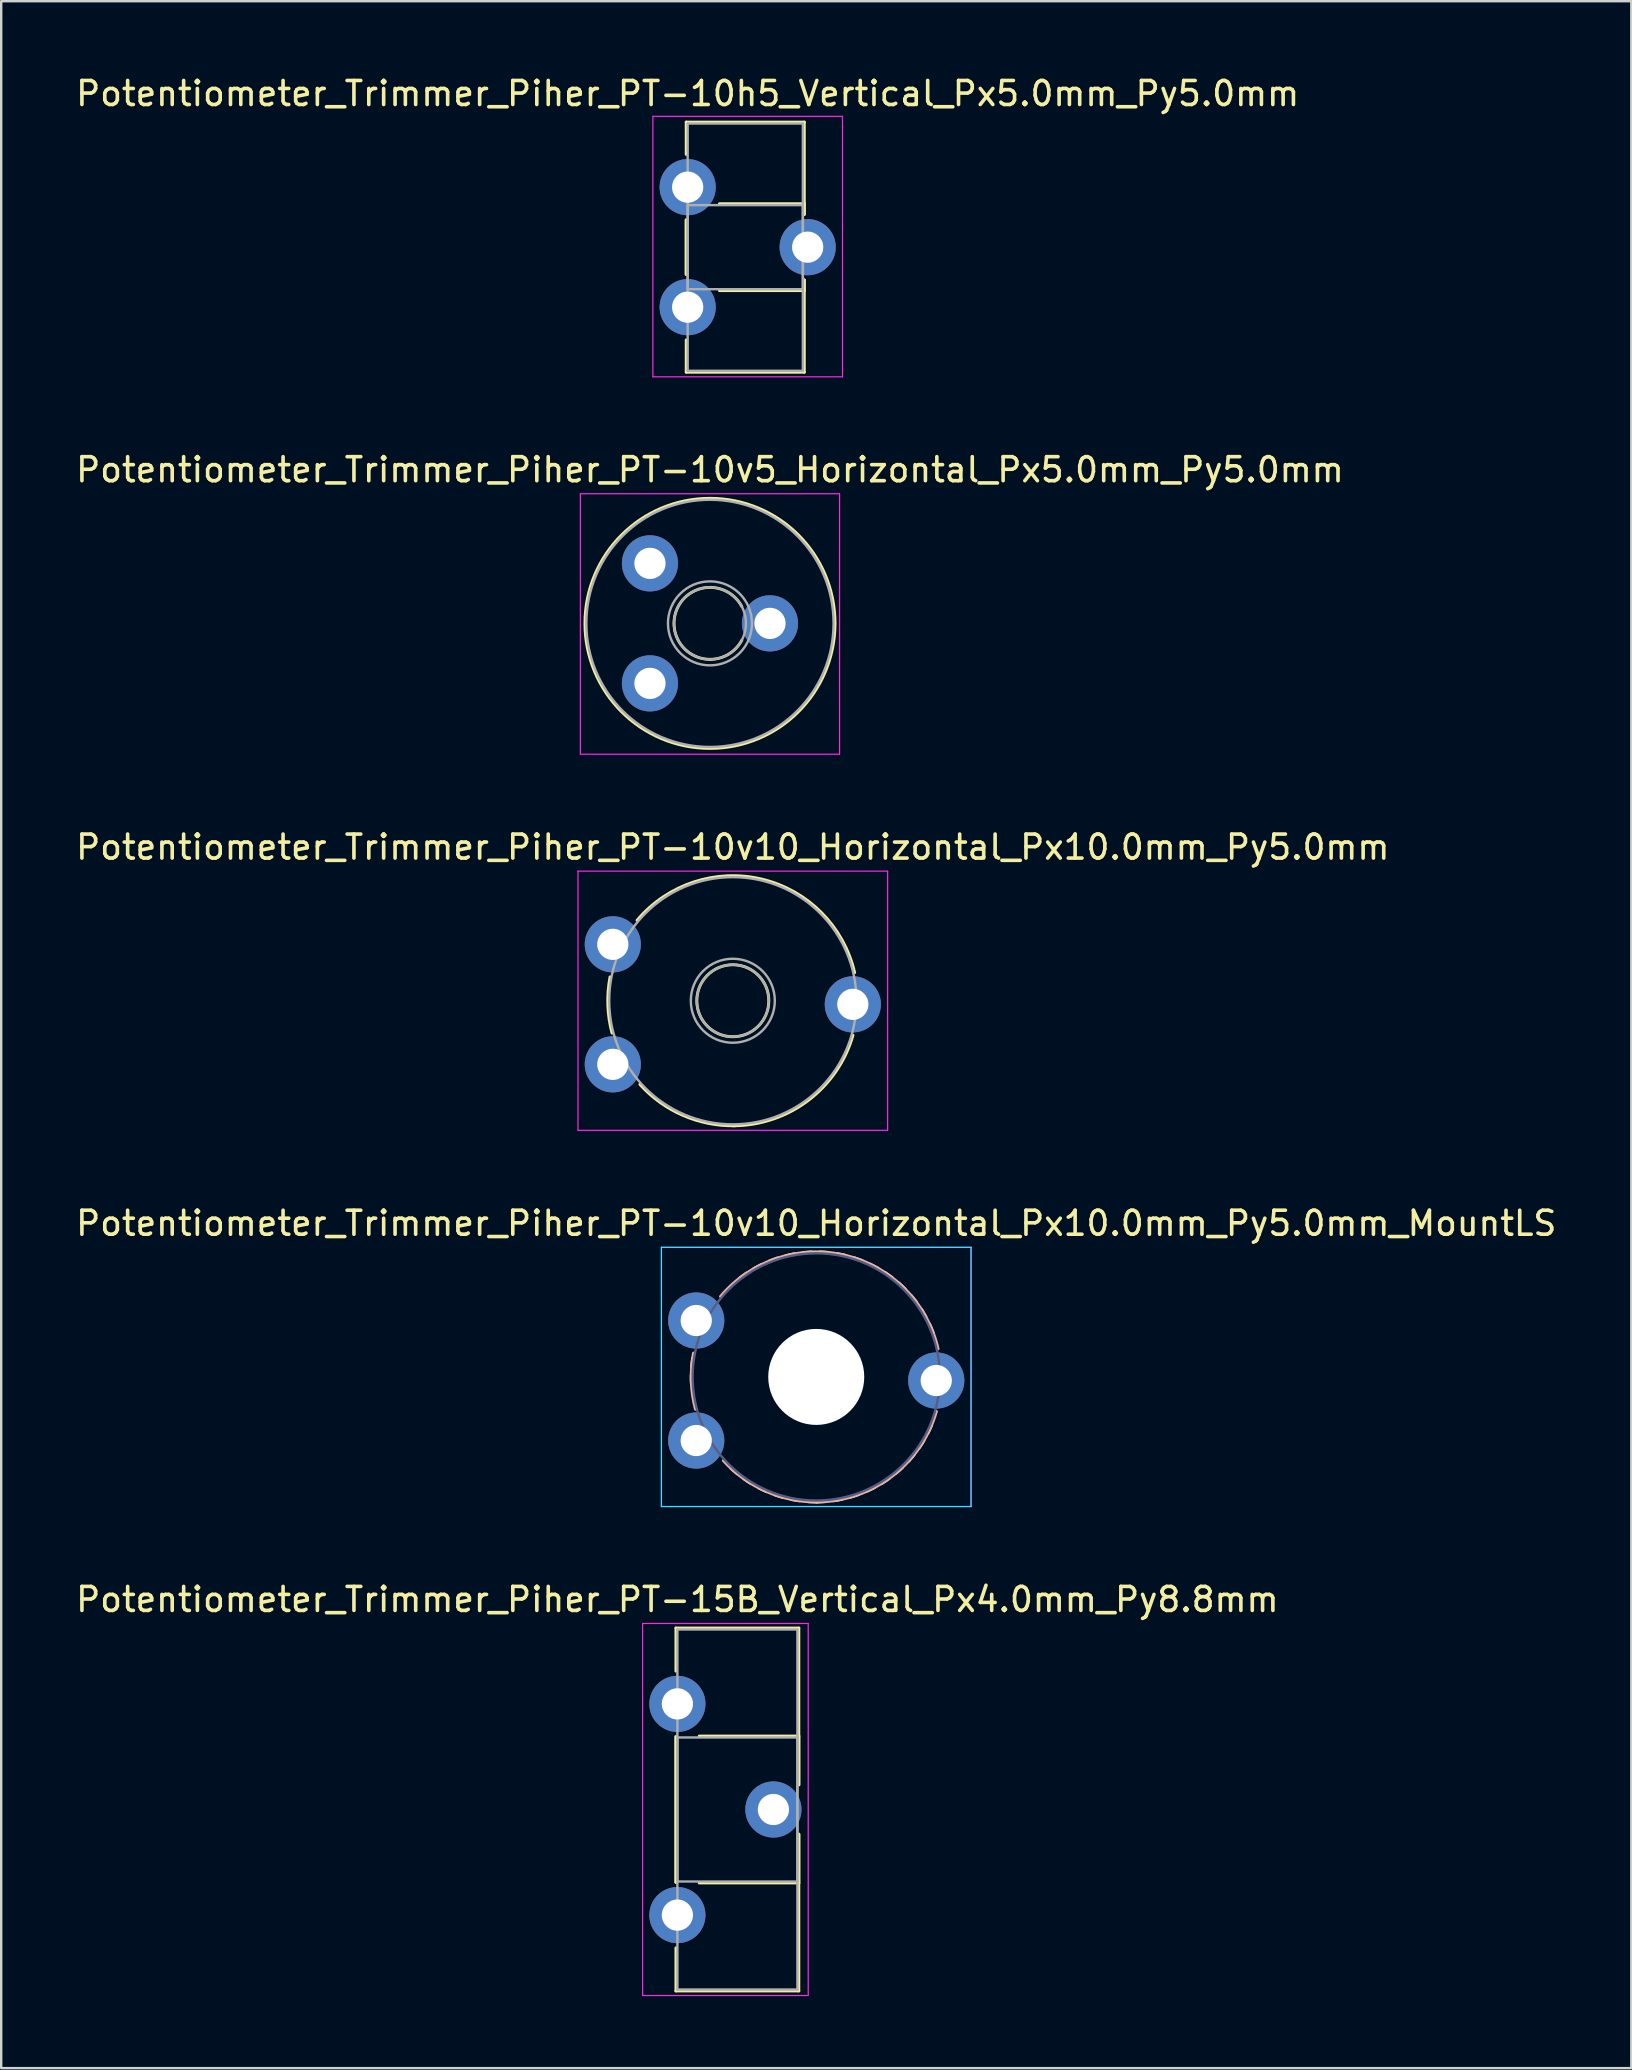
<source format=kicad_pcb>
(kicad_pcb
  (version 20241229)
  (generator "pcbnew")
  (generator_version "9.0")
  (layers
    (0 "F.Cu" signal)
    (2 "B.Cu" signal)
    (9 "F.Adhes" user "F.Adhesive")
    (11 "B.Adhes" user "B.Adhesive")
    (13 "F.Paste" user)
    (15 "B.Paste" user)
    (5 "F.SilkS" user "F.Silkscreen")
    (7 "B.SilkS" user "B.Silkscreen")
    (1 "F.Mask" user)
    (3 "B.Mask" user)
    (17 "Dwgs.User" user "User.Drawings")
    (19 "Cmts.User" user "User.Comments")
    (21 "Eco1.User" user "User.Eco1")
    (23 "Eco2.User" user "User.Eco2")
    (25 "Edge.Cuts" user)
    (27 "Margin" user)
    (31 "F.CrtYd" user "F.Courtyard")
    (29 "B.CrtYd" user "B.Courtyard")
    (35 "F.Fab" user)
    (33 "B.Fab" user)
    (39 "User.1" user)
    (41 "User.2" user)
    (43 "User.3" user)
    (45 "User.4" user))
  (footprint "Potentiometer_Trimmer_Piher_PT-10v10_Horizontal_Px10.0mm_Py5.0mm"
    (layer "F.Cu")
    (at 22.482 41.295)
    (property "Reference" "Potentiometer_Trimmer_Piher_PT-10v10_Horizontal_Px10.0mm_Py5.0mm" (at 5 -9.05 0) (layer "F.SilkS") (effects (font (size 1 1) (thickness 0.15))))
    (attr through_hole)
    (fp_arc (start -0.033072 -1.301133) (mid -0.207504 -2.467899) (end -0.115 -3.644) (stroke (width 0.12) (type solid)) (layer "F.SilkS"))
    (fp_arc (start 1.009383 -5.999947) (mid 6.217378 -7.716079) (end 10.077 -3.821) (stroke (width 0.12) (type solid)) (layer "F.SilkS"))
    (fp_arc (start 5.090657 2.559257) (mid 2.922251 2.127817) (end 1.128 0.836) (stroke (width 0.12) (type solid)) (layer "F.SilkS"))
    (fp_arc (start 10.008173 -1.213929) (mid 8.135456 1.510891) (end 5 2.56) (stroke (width 0.12) (type solid)) (layer "F.SilkS"))
    (fp_circle (center 5 -2.65) (end 6.5 -2.65) (stroke (width 0.12) (type solid)) (fill no) (layer "F.SilkS"))
    (fp_line (start -1.45 -8.05) (end -1.45 2.75) (stroke (width 0.05) (type solid)) (layer "F.CrtYd"))
    (fp_line (start -1.45 2.75) (end 11.45 2.75) (stroke (width 0.05) (type solid)) (layer "F.CrtYd"))
    (fp_line (start 11.45 -8.05) (end -1.45 -8.05) (stroke (width 0.05) (type solid)) (layer "F.CrtYd"))
    (fp_line (start 11.45 2.75) (end 11.45 -8.05) (stroke (width 0.05) (type solid)) (layer "F.CrtYd"))
    (fp_circle (center 5 -2.65) (end 6.5 -2.65) (stroke (width 0.1) (type solid)) (fill no) (layer "F.Fab"))
    (fp_circle (center 5 -2.65) (end 6.75 -2.65) (stroke (width 0.1) (type solid)) (fill no) (layer "F.Fab"))
    (fp_circle (center 5 -2.65) (end 10.15 -2.65) (stroke (width 0.1) (type solid)) (fill no) (layer "F.Fab"))
    (pad "1" thru_hole circle (at 0 0) (size 2.34 2.34) (drill 1.3) (layers "*.Cu" "*.Mask"))
    (pad "2" thru_hole circle (at 10 -2.5) (size 2.34 2.34) (drill 1.3) (layers "*.Cu" "*.Mask"))
    (pad "3" thru_hole circle (at 0 -5) (size 2.34 2.34) (drill 1.3) (layers "*.Cu" "*.Mask")))
  (footprint "Potentiometer_Trimmer_Piher_PT-15B_Vertical_Px4.0mm_Py8.8mm"
    (layer "F.Cu")
    (at 25.173 67.941)
    (property "Reference" "Potentiometer_Trimmer_Piher_PT-15B_Vertical_Px4.0mm_Py8.8mm" (at 0 -4.35 0) (layer "F.SilkS") (effects (font (size 1 1) (thickness 0.15))))
    (attr through_hole)
    (fp_line (start -0.061 -3.16) (end -0.061 -1.365) (stroke (width 0.12) (type solid)) (layer "F.SilkS"))
    (fp_line (start -0.061 -3.16) (end 5.06 -3.16) (stroke (width 0.12) (type solid)) (layer "F.SilkS"))
    (fp_line (start -0.061 1.365) (end -0.061 7.435) (stroke (width 0.12) (type solid)) (layer "F.SilkS"))
    (fp_line (start -0.061 1.365) (end -0.061 7.435) (stroke (width 0.12) (type solid)) (layer "F.SilkS"))
    (fp_line (start -0.061 10.165) (end -0.061 11.96) (stroke (width 0.12) (type solid)) (layer "F.SilkS"))
    (fp_line (start -0.061 11.96) (end 5.06 11.96) (stroke (width 0.12) (type solid)) (layer "F.SilkS"))
    (fp_line (start 0.908 1.341) (end 5.06 1.341) (stroke (width 0.12) (type solid)) (layer "F.SilkS"))
    (fp_line (start 0.908 7.461) (end 5.06 7.461) (stroke (width 0.12) (type solid)) (layer "F.SilkS"))
    (fp_line (start 5.06 -3.16) (end 5.06 3.373) (stroke (width 0.12) (type solid)) (layer "F.SilkS"))
    (fp_line (start 5.06 1.341) (end 5.06 3.373) (stroke (width 0.12) (type solid)) (layer "F.SilkS"))
    (fp_line (start 5.06 5.428) (end 5.06 7.461) (stroke (width 0.12) (type solid)) (layer "F.SilkS"))
    (fp_line (start 5.06 5.428) (end 5.06 11.96) (stroke (width 0.12) (type solid)) (layer "F.SilkS"))
    (fp_line (start -1.45 -3.35) (end -1.45 12.15) (stroke (width 0.05) (type solid)) (layer "F.CrtYd"))
    (fp_line (start -1.45 12.15) (end 5.45 12.15) (stroke (width 0.05) (type solid)) (layer "F.CrtYd"))
    (fp_line (start 5.45 -3.35) (end -1.45 -3.35) (stroke (width 0.05) (type solid)) (layer "F.CrtYd"))
    (fp_line (start 5.45 12.15) (end 5.45 -3.35) (stroke (width 0.05) (type solid)) (layer "F.CrtYd"))
    (fp_line (start 0 -3.1) (end 5 -3.1) (stroke (width 0.1) (type solid)) (layer "F.Fab"))
    (fp_line (start 0 1.4) (end 0 7.4) (stroke (width 0.1) (type solid)) (layer "F.Fab"))
    (fp_line (start 0 7.4) (end 5 7.4) (stroke (width 0.1) (type solid)) (layer "F.Fab"))
    (fp_line (start 0 11.9) (end 0 -3.1) (stroke (width 0.1) (type solid)) (layer "F.Fab"))
    (fp_line (start 5 -3.1) (end 5 11.9) (stroke (width 0.1) (type solid)) (layer "F.Fab"))
    (fp_line (start 5 1.4) (end 0 1.4) (stroke (width 0.1) (type solid)) (layer "F.Fab"))
    (fp_line (start 5 7.4) (end 5 1.4) (stroke (width 0.1) (type solid)) (layer "F.Fab"))
    (fp_line (start 5 11.9) (end 0 11.9) (stroke (width 0.1) (type solid)) (layer "F.Fab"))
    (pad "1" thru_hole circle (at 0 0) (size 2.34 2.34) (drill 1.3) (layers "*.Cu" "*.Mask"))
    (pad "2" thru_hole circle (at 4 4.4) (size 2.34 2.34) (drill 1.3) (layers "*.Cu" "*.Mask"))
    (pad "3" thru_hole circle (at 0 8.8) (size 2.34 2.34) (drill 1.3) (layers "*.Cu" "*.Mask")))
  (footprint "Potentiometer_Trimmer_Piher_PT-10v5_Horizontal_Px5.0mm_Py5.0mm"
    (layer "F.Cu")
    (at 24.03 25.422)
    (property "Reference" "Potentiometer_Trimmer_Piher_PT-10v5_Horizontal_Px5.0mm_Py5.0mm" (at 2.5 -8.9 0) (layer "F.SilkS") (effects (font (size 1 1) (thickness 0.15))))
    (attr through_hole)
    (fp_arc (start 2.527185 -1.000698) (mid 1.208953 -3.261057) (end 3.825 -3.204) (stroke (width 0.12) (type solid)) (layer "F.SilkS"))
    (fp_arc (start 3.825421 -1.795793) (mid 3.273557 -1.21425) (end 2.501 -1) (stroke (width 0.12) (type solid)) (layer "F.SilkS"))
    (fp_circle (center 2.501 -2.5) (end 7.711 -2.5) (stroke (width 0.12) (type solid)) (fill no) (layer "F.SilkS"))
    (fp_line (start -2.9 -7.9) (end -2.9 2.95) (stroke (width 0.05) (type solid)) (layer "F.CrtYd"))
    (fp_line (start -2.9 2.95) (end 7.9 2.95) (stroke (width 0.05) (type solid)) (layer "F.CrtYd"))
    (fp_line (start 7.9 -7.9) (end -2.9 -7.9) (stroke (width 0.05) (type solid)) (layer "F.CrtYd"))
    (fp_line (start 7.9 2.95) (end 7.9 -7.9) (stroke (width 0.05) (type solid)) (layer "F.CrtYd"))
    (fp_circle (center 2.5 -2.5) (end 4 -2.5) (stroke (width 0.1) (type solid)) (fill no) (layer "F.Fab"))
    (fp_circle (center 2.5 -2.5) (end 4.25 -2.5) (stroke (width 0.1) (type solid)) (fill no) (layer "F.Fab"))
    (fp_circle (center 2.5 -2.5) (end 7.65 -2.5) (stroke (width 0.1) (type solid)) (fill no) (layer "F.Fab"))
    (pad "1" thru_hole circle (at 0 0) (size 2.34 2.34) (drill 1.3) (layers "*.Cu" "*.Mask"))
    (pad "2" thru_hole circle (at 5 -2.5) (size 2.34 2.34) (drill 1.3) (layers "*.Cu" "*.Mask"))
    (pad "3" thru_hole circle (at 0 -5) (size 2.34 2.34) (drill 1.3) (layers "*.Cu" "*.Mask")))
  (footprint "Potentiometer_Trimmer_Piher_PT-10v10_Horizontal_Px10.0mm_Py5.0mm_MountLS"
    (layer "F.Cu")
    (at 25.958 56.968)
    (property "Reference" "Potentiometer_Trimmer_Piher_PT-10v10_Horizontal_Px10.0mm_Py5.0mm_MountLS" (at 5 -9.05 0) (layer "F.SilkS") (effects (font (size 1 1) (thickness 0.15))))
    (attr through_hole)
    (fp_arc (start -0.202261 -2.357396) (mid -0.209304 -2.53913) (end -0.21 -2.721) (stroke (width 0.12) (type solid)) (layer "F.SilkS"))
    (fp_arc (start -0.192423 -3.076835) (mid -0.174364 -3.257788) (end -0.15 -3.438) (stroke (width 0.12) (type solid)) (layer "F.SilkS"))
    (fp_arc (start 1.702355 1.383858) (mid 1.563584 1.266315) (end 1.429 1.144) (stroke (width 0.12) (type solid)) (layer "F.SilkS"))
    (fp_arc (start 1.807942 -6.768365) (mid 1.953615 -6.877257) (end 2.103 -6.981) (stroke (width 0.12) (type solid)) (layer "F.SilkS"))
    (fp_arc (start 2.28874 1.798965) (mid 2.135125 1.701633) (end 1.985 1.599) (stroke (width 0.12) (type solid)) (layer "F.SilkS"))
    (fp_arc (start 2.405519 -7.168024) (mid 2.564776 -7.255818) (end 2.727 -7.338) (stroke (width 0.12) (type solid)) (layer "F.SilkS"))
    (fp_arc (start 2.927403 2.130221) (mid 2.761838 2.054976) (end 2.599 1.974) (stroke (width 0.12) (type solid)) (layer "F.SilkS"))
    (fp_arc (start 3.053127 -7.482966) (mid 3.222981 -7.547967) (end 3.395 -7.607) (stroke (width 0.12) (type solid)) (layer "F.SilkS"))
    (fp_arc (start 3.605815 2.370483) (mid 3.431452 2.318768) (end 3.259 2.261) (stroke (width 0.12) (type solid)) (layer "F.SilkS"))
    (fp_arc (start 3.737289 -7.705232) (mid 3.914483 -7.74622) (end 4.093 -7.781) (stroke (width 0.12) (type solid)) (layer "F.SilkS"))
    (fp_arc (start 4.31059 2.514672) (mid 4.130765 2.487466) (end 3.952 2.454) (stroke (width 0.12) (type solid)) (layer "F.SilkS"))
    (fp_arc (start 4.445246 -7.830923) (mid 4.626395 -7.847128) (end 4.808 -7.857) (stroke (width 0.12) (type solid)) (layer "F.SilkS"))
    (fp_arc (start 5.02855 2.560701) (mid 4.846682 2.558523) (end 4.665 2.55) (stroke (width 0.12) (type solid)) (layer "F.SilkS"))
    (fp_arc (start 5.164099 -7.858134) (mid 5.34576 -7.849234) (end 5.527 -7.834) (stroke (width 0.12) (type solid)) (layer "F.SilkS"))
    (fp_arc (start 5.363431 2.547309) (mid 5.181826 2.556826) (end 5 2.56) (stroke (width 0.12) (type solid)) (layer "F.SilkS"))
    (fp_arc (start 5.879882 -7.785888) (mid 6.058586 -7.752052) (end 6.236 -7.712) (stroke (width 0.12) (type solid)) (layer "F.SilkS"))
    (fp_arc (start 6.076264 2.448343) (mid 5.897679 2.482798) (end 5.718 2.511) (stroke (width 0.12) (type solid)) (layer "F.SilkS"))
    (fp_arc (start 6.579488 -7.615275) (mid 6.751811 -7.557127) (end 6.922 -7.493) (stroke (width 0.12) (type solid)) (layer "F.SilkS"))
    (fp_arc (start 6.768225 2.251595) (mid 6.596085 2.310319) (end 6.422 2.363) (stroke (width 0.12) (type solid)) (layer "F.SilkS"))
    (fp_arc (start 7.248601 -7.350304) (mid 7.411269 -7.268966) (end 7.571 -7.182) (stroke (width 0.12) (type solid)) (layer "F.SilkS"))
    (fp_arc (start 7.426556 1.960964) (mid 7.264157 2.042841) (end 7.099 2.119) (stroke (width 0.12) (type solid)) (layer "F.SilkS"))
    (fp_arc (start 7.873835 -6.996055) (mid 8.023759 -6.893112) (end 8.17 -6.785) (stroke (width 0.12) (type solid)) (layer "F.SilkS"))
    (fp_arc (start 8.038705 1.583343) (mid 7.889112 1.686813) (end 7.736 1.785) (stroke (width 0.12) (type solid)) (layer "F.SilkS"))
    (fp_arc (start 8.445724 -6.558883) (mid 8.580043 -6.436248) (end 8.71 -6.309) (stroke (width 0.12) (type solid)) (layer "F.SilkS"))
    (fp_arc (start 8.592982 1.123558) (mid 8.459098 1.246652) (end 8.321 1.365) (stroke (width 0.12) (type solid)) (layer "F.SilkS"))
    (fp_arc (start 8.950671 -6.046859) (mid 9.066813 -5.906914) (end 9.178 -5.763) (stroke (width 0.12) (type solid)) (layer "F.SilkS"))
    (fp_arc (start 9.078184 0.593421) (mid 8.962506 0.733772) (end 8.842 0.87) (stroke (width 0.12) (type solid)) (layer "F.SilkS"))
    (fp_arc (start 9.380926 -5.470468) (mid 9.47669 -5.315858) (end 9.567 -5.158) (stroke (width 0.12) (type solid)) (layer "F.SilkS"))
    (fp_arc (start 9.48582 0.000542) (mid 9.390585 0.15548) (end 9.29 0.307) (stroke (width 0.12) (type solid)) (layer "F.SilkS"))
    (fp_arc (start 9.727811 -4.839128) (mid 9.80133 -4.672796) (end 9.869 -4.504) (stroke (width 0.12) (type solid)) (layer "F.SilkS"))
    (fp_arc (start 9.808746 -0.642551) (mid 9.735758 -0.475951) (end 9.657 -0.312) (stroke (width 0.12) (type solid)) (layer "F.SilkS"))
    (fp_arc (start -0.033072 -1.301133) (mid -0.207504 -2.467899) (end -0.115 -3.644) (stroke (width 0.12) (type solid)) (layer "B.SilkS"))
    (fp_arc (start 1.009383 -5.999947) (mid 6.217378 -7.716079) (end 10.077 -3.821) (stroke (width 0.12) (type solid)) (layer "B.SilkS"))
    (fp_arc (start 5.090657 2.559257) (mid 2.922251 2.127817) (end 1.128 0.836) (stroke (width 0.12) (type solid)) (layer "B.SilkS"))
    (fp_arc (start 10.008173 -1.213929) (mid 8.135456 1.510891) (end 5 2.56) (stroke (width 0.12) (type solid)) (layer "B.SilkS"))
    (fp_line (start -1.45 -8.05) (end -1.45 2.75) (stroke (width 0.05) (type solid)) (layer "B.CrtYd"))
    (fp_line (start -1.45 2.75) (end 11.45 2.75) (stroke (width 0.05) (type solid)) (layer "B.CrtYd"))
    (fp_line (start 11.45 -8.05) (end -1.45 -8.05) (stroke (width 0.05) (type solid)) (layer "B.CrtYd"))
    (fp_line (start 11.45 2.75) (end 11.45 -8.05) (stroke (width 0.05) (type solid)) (layer "B.CrtYd"))
    (fp_line (start -1.45 -8.05) (end -1.45 2.75) (stroke (width 0.05) (type solid)) (layer "F.CrtYd"))
    (fp_line (start -1.45 2.75) (end 11.45 2.75) (stroke (width 0.05) (type solid)) (layer "F.CrtYd"))
    (fp_line (start 11.45 -8.05) (end -1.45 -8.05) (stroke (width 0.05) (type solid)) (layer "F.CrtYd"))
    (fp_line (start 11.45 2.75) (end 11.45 -8.05) (stroke (width 0.05) (type solid)) (layer "F.CrtYd"))
    (fp_circle (center 5 -2.65) (end 6.5 -2.65) (stroke (width 0.1) (type solid)) (fill no) (layer "B.Fab"))
    (fp_circle (center 5 -2.65) (end 6.75 -2.65) (stroke (width 0.1) (type solid)) (fill no) (layer "B.Fab"))
    (fp_circle (center 5 -2.65) (end 10.15 -2.65) (stroke (width 0.1) (type solid)) (fill no) (layer "B.Fab"))
    (pad "" np_thru_hole circle (at 5 -2.65) (size 4 4) (drill 4) (layers "*.Cu" "*.Mask"))
    (pad "1" thru_hole circle (at 0 0) (size 2.34 2.34) (drill 1.3) (layers "*.Cu" "*.Mask"))
    (pad "2" thru_hole circle (at 10 -2.5) (size 2.34 2.34) (drill 1.3) (layers "*.Cu" "*.Mask"))
    (pad "3" thru_hole circle (at 0 -5) (size 2.34 2.34) (drill 1.3) (layers "*.Cu" "*.Mask")))
  (footprint "Potentiometer_Trimmer_Piher_PT-10h5_Vertical_Px5.0mm_Py5.0mm"
    (layer "F.Cu")
    (at 25.601 4.748)
    (property "Reference" "Potentiometer_Trimmer_Piher_PT-10h5_Vertical_Px5.0mm_Py5.0mm" (at 0 -3.9 0) (layer "F.SilkS") (effects (font (size 1 1) (thickness 0.15))))
    (attr through_hole)
    (fp_line (start -0.061 -2.711) (end -0.061 -1.365) (stroke (width 0.12) (type solid)) (layer "F.SilkS"))
    (fp_line (start -0.061 -2.711) (end 4.86 -2.711) (stroke (width 0.12) (type solid)) (layer "F.SilkS"))
    (fp_line (start -0.061 1.365) (end -0.061 3.635) (stroke (width 0.12) (type solid)) (layer "F.SilkS"))
    (fp_line (start -0.061 1.365) (end -0.061 3.635) (stroke (width 0.12) (type solid)) (layer "F.SilkS"))
    (fp_line (start -0.061 6.365) (end -0.061 7.71) (stroke (width 0.12) (type solid)) (layer "F.SilkS"))
    (fp_line (start -0.061 7.71) (end 4.86 7.71) (stroke (width 0.12) (type solid)) (layer "F.SilkS"))
    (fp_line (start 1.323 0.69) (end 4.86 0.69) (stroke (width 0.12) (type solid)) (layer "F.SilkS"))
    (fp_line (start 1.323 4.31) (end 4.86 4.31) (stroke (width 0.12) (type solid)) (layer "F.SilkS"))
    (fp_line (start 4.86 -2.711) (end 4.86 1.135) (stroke (width 0.12) (type solid)) (layer "F.SilkS"))
    (fp_line (start 4.86 0.69) (end 4.86 1.135) (stroke (width 0.12) (type solid)) (layer "F.SilkS"))
    (fp_line (start 4.86 3.865) (end 4.86 4.31) (stroke (width 0.12) (type solid)) (layer "F.SilkS"))
    (fp_line (start 4.86 3.865) (end 4.86 7.71) (stroke (width 0.12) (type solid)) (layer "F.SilkS"))
    (fp_line (start -1.45 -2.95) (end -1.45 7.9) (stroke (width 0.05) (type solid)) (layer "F.CrtYd"))
    (fp_line (start -1.45 7.9) (end 6.45 7.9) (stroke (width 0.05) (type solid)) (layer "F.CrtYd"))
    (fp_line (start 6.45 -2.95) (end -1.45 -2.95) (stroke (width 0.05) (type solid)) (layer "F.CrtYd"))
    (fp_line (start 6.45 7.9) (end 6.45 -2.95) (stroke (width 0.05) (type solid)) (layer "F.CrtYd"))
    (fp_line (start 0 -2.65) (end 4.8 -2.65) (stroke (width 0.1) (type solid)) (layer "F.Fab"))
    (fp_line (start 0 0.75) (end 0 4.25) (stroke (width 0.1) (type solid)) (layer "F.Fab"))
    (fp_line (start 0 4.25) (end 4.8 4.25) (stroke (width 0.1) (type solid)) (layer "F.Fab"))
    (fp_line (start 0 7.65) (end 0 -2.65) (stroke (width 0.1) (type solid)) (layer "F.Fab"))
    (fp_line (start 4.8 -2.65) (end 4.8 7.65) (stroke (width 0.1) (type solid)) (layer "F.Fab"))
    (fp_line (start 4.8 0.75) (end 0 0.75) (stroke (width 0.1) (type solid)) (layer "F.Fab"))
    (fp_line (start 4.8 4.25) (end 4.8 0.75) (stroke (width 0.1) (type solid)) (layer "F.Fab"))
    (fp_line (start 4.8 7.65) (end 0 7.65) (stroke (width 0.1) (type solid)) (layer "F.Fab"))
    (pad "1" thru_hole circle (at 0 0) (size 2.34 2.34) (drill 1.3) (layers "*.Cu" "*.Mask"))
    (pad "2" thru_hole circle (at 5 2.5) (size 2.34 2.34) (drill 1.3) (layers "*.Cu" "*.Mask"))
    (pad "3" thru_hole circle (at 0 5) (size 2.34 2.34) (drill 1.3) (layers "*.Cu" "*.Mask")))
  (gr_rect
    (start -3 -3)
    (end 64.917 83.116)
    (stroke (width 0.1) (type default))
    (fill no)
    (layer "Edge.Cuts")))
</source>
